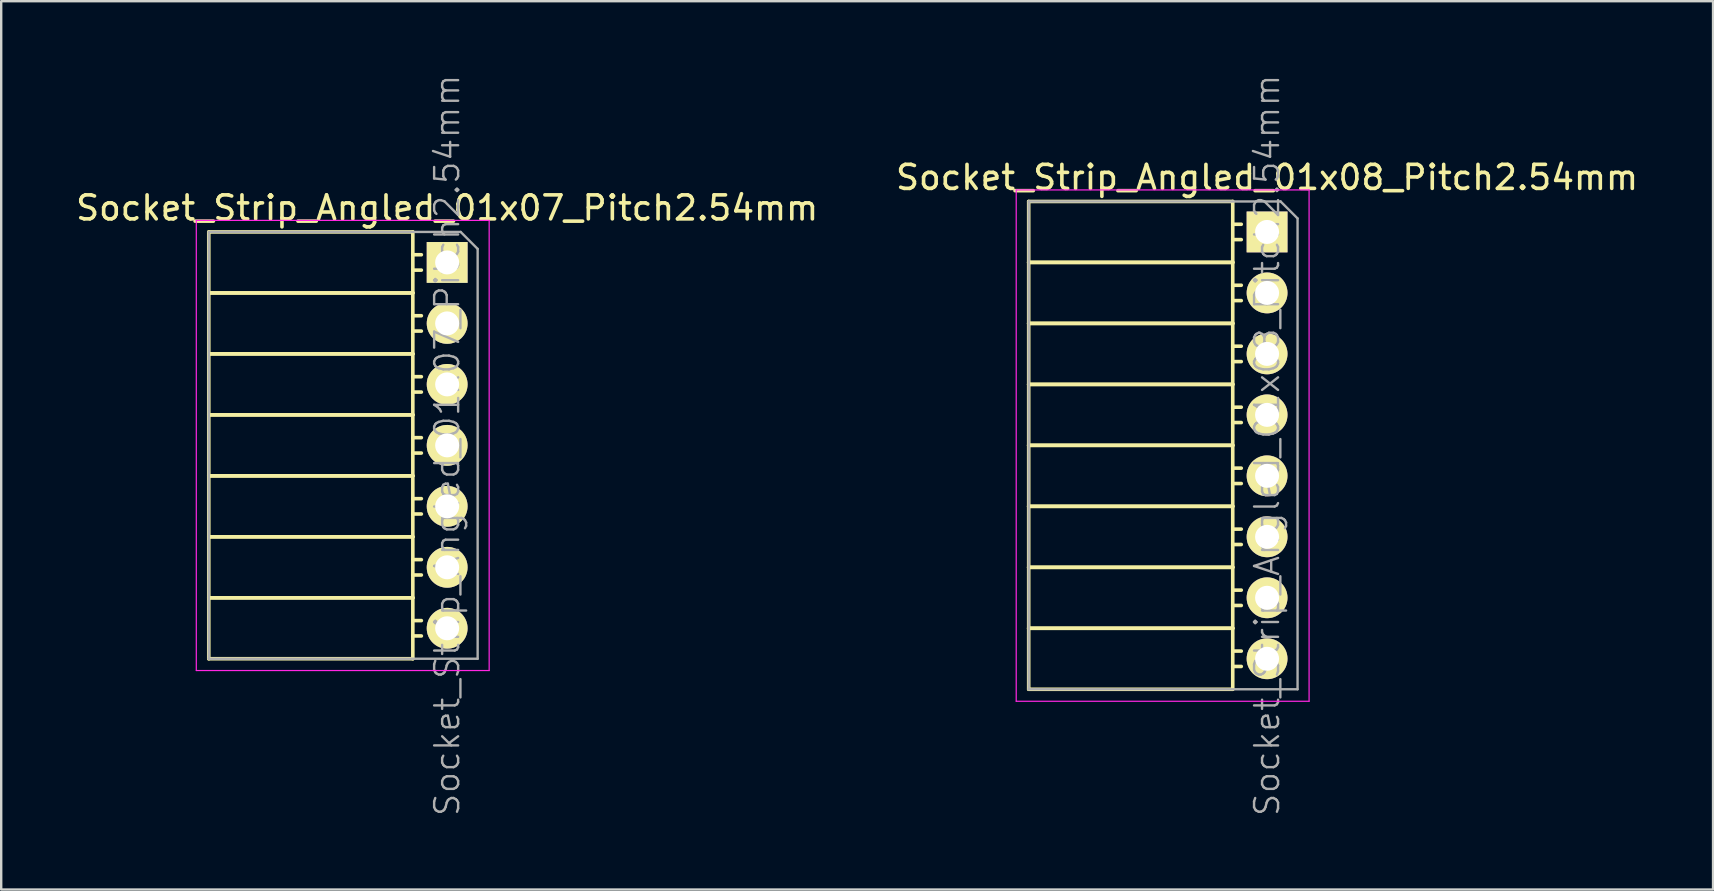
<source format=kicad_pcb>
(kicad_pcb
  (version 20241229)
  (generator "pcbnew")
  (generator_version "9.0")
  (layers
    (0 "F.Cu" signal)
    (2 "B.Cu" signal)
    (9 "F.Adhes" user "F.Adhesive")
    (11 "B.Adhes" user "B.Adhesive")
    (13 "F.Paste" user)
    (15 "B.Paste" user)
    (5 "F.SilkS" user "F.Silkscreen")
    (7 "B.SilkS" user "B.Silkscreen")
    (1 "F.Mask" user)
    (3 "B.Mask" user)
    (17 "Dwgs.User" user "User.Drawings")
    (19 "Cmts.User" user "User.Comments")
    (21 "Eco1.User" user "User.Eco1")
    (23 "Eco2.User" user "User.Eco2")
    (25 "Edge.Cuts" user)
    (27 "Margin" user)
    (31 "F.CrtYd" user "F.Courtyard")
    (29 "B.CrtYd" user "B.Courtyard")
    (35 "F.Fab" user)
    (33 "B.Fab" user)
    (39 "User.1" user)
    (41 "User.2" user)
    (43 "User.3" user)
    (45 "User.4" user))
  (footprint "Socket_Strip_Angled_01x07_Pitch2.54mm"
    (layer "F.Cu")
    (at 15.577 7.882)
    (property "Reference" "Socket_Strip_Angled_01x07_Pitch2.54mm" (at 0 -2.27 0) (layer "F.SilkS") (effects (font (size 1 1) (thickness 0.15))))
    (attr smd)
    (fp_line (start -9.93 -1.27) (end -9.93 1.27) (stroke (width 0.15) (type solid)) (layer "F.SilkS"))
    (fp_line (start -9.93 -1.27) (end -1.43 -1.27) (stroke (width 0.15) (type solid)) (layer "F.SilkS"))
    (fp_line (start -9.93 1.27) (end -9.93 3.81) (stroke (width 0.15) (type solid)) (layer "F.SilkS"))
    (fp_line (start -9.93 1.27) (end -1.43 1.27) (stroke (width 0.15) (type solid)) (layer "F.SilkS"))
    (fp_line (start -9.93 1.27) (end -1.43 1.27) (stroke (width 0.15) (type solid)) (layer "F.SilkS"))
    (fp_line (start -9.93 3.81) (end -9.93 6.35) (stroke (width 0.15) (type solid)) (layer "F.SilkS"))
    (fp_line (start -9.93 3.81) (end -1.43 3.81) (stroke (width 0.15) (type solid)) (layer "F.SilkS"))
    (fp_line (start -9.93 3.81) (end -1.43 3.81) (stroke (width 0.15) (type solid)) (layer "F.SilkS"))
    (fp_line (start -9.93 6.35) (end -9.93 8.89) (stroke (width 0.15) (type solid)) (layer "F.SilkS"))
    (fp_line (start -9.93 6.35) (end -1.43 6.35) (stroke (width 0.15) (type solid)) (layer "F.SilkS"))
    (fp_line (start -9.93 6.35) (end -1.43 6.35) (stroke (width 0.15) (type solid)) (layer "F.SilkS"))
    (fp_line (start -9.93 8.89) (end -9.93 11.43) (stroke (width 0.15) (type solid)) (layer "F.SilkS"))
    (fp_line (start -9.93 8.89) (end -1.43 8.89) (stroke (width 0.15) (type solid)) (layer "F.SilkS"))
    (fp_line (start -9.93 8.89) (end -1.43 8.89) (stroke (width 0.15) (type solid)) (layer "F.SilkS"))
    (fp_line (start -9.93 11.43) (end -9.93 13.97) (stroke (width 0.15) (type solid)) (layer "F.SilkS"))
    (fp_line (start -9.93 11.43) (end -1.43 11.43) (stroke (width 0.15) (type solid)) (layer "F.SilkS"))
    (fp_line (start -9.93 11.43) (end -1.43 11.43) (stroke (width 0.15) (type solid)) (layer "F.SilkS"))
    (fp_line (start -9.93 13.97) (end -9.93 16.51) (stroke (width 0.15) (type solid)) (layer "F.SilkS"))
    (fp_line (start -9.93 13.97) (end -1.43 13.97) (stroke (width 0.15) (type solid)) (layer "F.SilkS"))
    (fp_line (start -9.93 13.97) (end -1.43 13.97) (stroke (width 0.15) (type solid)) (layer "F.SilkS"))
    (fp_line (start -9.93 16.51) (end -1.43 16.51) (stroke (width 0.15) (type solid)) (layer "F.SilkS"))
    (fp_line (start -1.43 -1.27) (end -1.43 1.27) (stroke (width 0.15) (type solid)) (layer "F.SilkS"))
    (fp_line (start -1.43 -0.32) (end -1.075 -0.32) (stroke (width 0.15) (type solid)) (layer "F.SilkS"))
    (fp_line (start -1.43 0.32) (end -1.075 0.32) (stroke (width 0.15) (type solid)) (layer "F.SilkS"))
    (fp_line (start -1.43 1.27) (end -1.43 3.81) (stroke (width 0.15) (type solid)) (layer "F.SilkS"))
    (fp_line (start -1.43 2.22) (end -1.075 2.22) (stroke (width 0.15) (type solid)) (layer "F.SilkS"))
    (fp_line (start -1.43 2.86) (end -1.075 2.86) (stroke (width 0.15) (type solid)) (layer "F.SilkS"))
    (fp_line (start -1.43 3.81) (end -1.43 6.35) (stroke (width 0.15) (type solid)) (layer "F.SilkS"))
    (fp_line (start -1.43 4.76) (end -1.075 4.76) (stroke (width 0.15) (type solid)) (layer "F.SilkS"))
    (fp_line (start -1.43 5.4) (end -1.075 5.4) (stroke (width 0.15) (type solid)) (layer "F.SilkS"))
    (fp_line (start -1.43 6.35) (end -1.43 8.89) (stroke (width 0.15) (type solid)) (layer "F.SilkS"))
    (fp_line (start -1.43 7.3) (end -1.075 7.3) (stroke (width 0.15) (type solid)) (layer "F.SilkS"))
    (fp_line (start -1.43 7.94) (end -1.075 7.94) (stroke (width 0.15) (type solid)) (layer "F.SilkS"))
    (fp_line (start -1.43 8.89) (end -1.43 11.43) (stroke (width 0.15) (type solid)) (layer "F.SilkS"))
    (fp_line (start -1.43 9.84) (end -1.075 9.84) (stroke (width 0.15) (type solid)) (layer "F.SilkS"))
    (fp_line (start -1.43 10.48) (end -1.075 10.48) (stroke (width 0.15) (type solid)) (layer "F.SilkS"))
    (fp_line (start -1.43 11.43) (end -1.43 13.97) (stroke (width 0.15) (type solid)) (layer "F.SilkS"))
    (fp_line (start -1.43 12.38) (end -1.075 12.38) (stroke (width 0.15) (type solid)) (layer "F.SilkS"))
    (fp_line (start -1.43 13.02) (end -1.075 13.02) (stroke (width 0.15) (type solid)) (layer "F.SilkS"))
    (fp_line (start -1.43 13.97) (end -1.43 16.51) (stroke (width 0.15) (type solid)) (layer "F.SilkS"))
    (fp_line (start -1.43 14.92) (end -1.075 14.92) (stroke (width 0.15) (type solid)) (layer "F.SilkS"))
    (fp_line (start -1.43 15.56) (end -1.075 15.56) (stroke (width 0.15) (type solid)) (layer "F.SilkS"))
    (fp_line (start -10.45 -1.75) (end 1.75 -1.75) (stroke (width 0.05) (type solid)) (layer "F.CrtYd"))
    (fp_line (start -10.45 17) (end -10.45 -1.75) (stroke (width 0.05) (type solid)) (layer "F.CrtYd"))
    (fp_line (start -10.45 17) (end 1.75 17) (stroke (width 0.05) (type solid)) (layer "F.CrtYd"))
    (fp_line (start 1.75 17) (end 1.75 -1.75) (stroke (width 0.05) (type solid)) (layer "F.CrtYd"))
    (fp_line (start -9.93 -1.27) (end 0.563 -1.27) (stroke (width 0.1) (type solid)) (layer "F.Fab"))
    (fp_line (start -9.93 16.51) (end -9.93 -1.27) (stroke (width 0.1) (type solid)) (layer "F.Fab"))
    (fp_line (start -9.93 16.51) (end 1.27 16.51) (stroke (width 0.1) (type solid)) (layer "F.Fab"))
    (fp_line (start 1.27 -0.563) (end 0.563 -1.27) (stroke (width 0.1) (type solid)) (layer "F.Fab"))
    (fp_line (start 1.27 16.51) (end 1.27 -0.563) (stroke (width 0.1) (type solid)) (layer "F.Fab"))
    (fp_text user "${REFERENCE}" (at 0 7.62 90) (layer "F.Fab") (effects (font (size 1 1) (thickness 0.1))))
    (pad "1" thru_hole rect (at 0 0) (size 1.7 1.7) (drill 1) (layers "*.Cu" "*.Mask" "F.SilkS"))
    (pad "2" thru_hole oval (at 0 2.54) (size 1.7 1.7) (drill 1) (layers "*.Cu" "*.Mask" "F.SilkS"))
    (pad "3" thru_hole oval (at 0 5.08) (size 1.7 1.7) (drill 1) (layers "*.Cu" "*.Mask" "F.SilkS"))
    (pad "4" thru_hole oval (at 0 7.62) (size 1.7 1.7) (drill 1) (layers "*.Cu" "*.Mask" "F.SilkS"))
    (pad "5" thru_hole oval (at 0 10.16) (size 1.7 1.7) (drill 1) (layers "*.Cu" "*.Mask" "F.SilkS"))
    (pad "6" thru_hole oval (at 0 12.7) (size 1.7 1.7) (drill 1) (layers "*.Cu" "*.Mask" "F.SilkS"))
    (pad "7" thru_hole oval (at 0 15.24) (size 1.7 1.7) (drill 1) (layers "*.Cu" "*.Mask" "F.SilkS")))
  (footprint "Socket_Strip_Angled_01x08_Pitch2.54mm"
    (layer "F.Cu")
    (at 49.732 6.612)
    (property "Reference" "Socket_Strip_Angled_01x08_Pitch2.54mm" (at 0 -2.27 0) (layer "F.SilkS") (effects (font (size 1 1) (thickness 0.15))))
    (attr smd)
    (fp_line (start -9.93 -1.27) (end -9.93 1.27) (stroke (width 0.15) (type solid)) (layer "F.SilkS"))
    (fp_line (start -9.93 -1.27) (end -1.43 -1.27) (stroke (width 0.15) (type solid)) (layer "F.SilkS"))
    (fp_line (start -9.93 1.27) (end -9.93 3.81) (stroke (width 0.15) (type solid)) (layer "F.SilkS"))
    (fp_line (start -9.93 1.27) (end -1.43 1.27) (stroke (width 0.15) (type solid)) (layer "F.SilkS"))
    (fp_line (start -9.93 1.27) (end -1.43 1.27) (stroke (width 0.15) (type solid)) (layer "F.SilkS"))
    (fp_line (start -9.93 3.81) (end -9.93 6.35) (stroke (width 0.15) (type solid)) (layer "F.SilkS"))
    (fp_line (start -9.93 3.81) (end -1.43 3.81) (stroke (width 0.15) (type solid)) (layer "F.SilkS"))
    (fp_line (start -9.93 3.81) (end -1.43 3.81) (stroke (width 0.15) (type solid)) (layer "F.SilkS"))
    (fp_line (start -9.93 6.35) (end -9.93 8.89) (stroke (width 0.15) (type solid)) (layer "F.SilkS"))
    (fp_line (start -9.93 6.35) (end -1.43 6.35) (stroke (width 0.15) (type solid)) (layer "F.SilkS"))
    (fp_line (start -9.93 6.35) (end -1.43 6.35) (stroke (width 0.15) (type solid)) (layer "F.SilkS"))
    (fp_line (start -9.93 8.89) (end -9.93 11.43) (stroke (width 0.15) (type solid)) (layer "F.SilkS"))
    (fp_line (start -9.93 8.89) (end -1.43 8.89) (stroke (width 0.15) (type solid)) (layer "F.SilkS"))
    (fp_line (start -9.93 8.89) (end -1.43 8.89) (stroke (width 0.15) (type solid)) (layer "F.SilkS"))
    (fp_line (start -9.93 11.43) (end -9.93 13.97) (stroke (width 0.15) (type solid)) (layer "F.SilkS"))
    (fp_line (start -9.93 11.43) (end -1.43 11.43) (stroke (width 0.15) (type solid)) (layer "F.SilkS"))
    (fp_line (start -9.93 11.43) (end -1.43 11.43) (stroke (width 0.15) (type solid)) (layer "F.SilkS"))
    (fp_line (start -9.93 13.97) (end -9.93 16.51) (stroke (width 0.15) (type solid)) (layer "F.SilkS"))
    (fp_line (start -9.93 13.97) (end -1.43 13.97) (stroke (width 0.15) (type solid)) (layer "F.SilkS"))
    (fp_line (start -9.93 13.97) (end -1.43 13.97) (stroke (width 0.15) (type solid)) (layer "F.SilkS"))
    (fp_line (start -9.93 16.51) (end -9.93 19.05) (stroke (width 0.15) (type solid)) (layer "F.SilkS"))
    (fp_line (start -9.93 16.51) (end -1.43 16.51) (stroke (width 0.15) (type solid)) (layer "F.SilkS"))
    (fp_line (start -9.93 16.51) (end -1.43 16.51) (stroke (width 0.15) (type solid)) (layer "F.SilkS"))
    (fp_line (start -9.93 19.05) (end -1.43 19.05) (stroke (width 0.15) (type solid)) (layer "F.SilkS"))
    (fp_line (start -1.43 -1.27) (end -1.43 1.27) (stroke (width 0.15) (type solid)) (layer "F.SilkS"))
    (fp_line (start -1.43 -0.32) (end -1.075 -0.32) (stroke (width 0.15) (type solid)) (layer "F.SilkS"))
    (fp_line (start -1.43 0.32) (end -1.075 0.32) (stroke (width 0.15) (type solid)) (layer "F.SilkS"))
    (fp_line (start -1.43 1.27) (end -1.43 3.81) (stroke (width 0.15) (type solid)) (layer "F.SilkS"))
    (fp_line (start -1.43 2.22) (end -1.075 2.22) (stroke (width 0.15) (type solid)) (layer "F.SilkS"))
    (fp_line (start -1.43 2.86) (end -1.075 2.86) (stroke (width 0.15) (type solid)) (layer "F.SilkS"))
    (fp_line (start -1.43 3.81) (end -1.43 6.35) (stroke (width 0.15) (type solid)) (layer "F.SilkS"))
    (fp_line (start -1.43 4.76) (end -1.075 4.76) (stroke (width 0.15) (type solid)) (layer "F.SilkS"))
    (fp_line (start -1.43 5.4) (end -1.075 5.4) (stroke (width 0.15) (type solid)) (layer "F.SilkS"))
    (fp_line (start -1.43 6.35) (end -1.43 8.89) (stroke (width 0.15) (type solid)) (layer "F.SilkS"))
    (fp_line (start -1.43 7.3) (end -1.075 7.3) (stroke (width 0.15) (type solid)) (layer "F.SilkS"))
    (fp_line (start -1.43 7.94) (end -1.075 7.94) (stroke (width 0.15) (type solid)) (layer "F.SilkS"))
    (fp_line (start -1.43 8.89) (end -1.43 11.43) (stroke (width 0.15) (type solid)) (layer "F.SilkS"))
    (fp_line (start -1.43 9.84) (end -1.075 9.84) (stroke (width 0.15) (type solid)) (layer "F.SilkS"))
    (fp_line (start -1.43 10.48) (end -1.075 10.48) (stroke (width 0.15) (type solid)) (layer "F.SilkS"))
    (fp_line (start -1.43 11.43) (end -1.43 13.97) (stroke (width 0.15) (type solid)) (layer "F.SilkS"))
    (fp_line (start -1.43 12.38) (end -1.075 12.38) (stroke (width 0.15) (type solid)) (layer "F.SilkS"))
    (fp_line (start -1.43 13.02) (end -1.075 13.02) (stroke (width 0.15) (type solid)) (layer "F.SilkS"))
    (fp_line (start -1.43 13.97) (end -1.43 16.51) (stroke (width 0.15) (type solid)) (layer "F.SilkS"))
    (fp_line (start -1.43 14.92) (end -1.075 14.92) (stroke (width 0.15) (type solid)) (layer "F.SilkS"))
    (fp_line (start -1.43 15.56) (end -1.075 15.56) (stroke (width 0.15) (type solid)) (layer "F.SilkS"))
    (fp_line (start -1.43 16.51) (end -1.43 19.05) (stroke (width 0.15) (type solid)) (layer "F.SilkS"))
    (fp_line (start -1.43 17.46) (end -1.075 17.46) (stroke (width 0.15) (type solid)) (layer "F.SilkS"))
    (fp_line (start -1.43 18.1) (end -1.075 18.1) (stroke (width 0.15) (type solid)) (layer "F.SilkS"))
    (fp_line (start -10.45 -1.75) (end 1.75 -1.75) (stroke (width 0.05) (type solid)) (layer "F.CrtYd"))
    (fp_line (start -10.45 19.55) (end -10.45 -1.75) (stroke (width 0.05) (type solid)) (layer "F.CrtYd"))
    (fp_line (start -10.45 19.55) (end 1.75 19.55) (stroke (width 0.05) (type solid)) (layer "F.CrtYd"))
    (fp_line (start 1.75 19.55) (end 1.75 -1.75) (stroke (width 0.05) (type solid)) (layer "F.CrtYd"))
    (fp_line (start -9.93 -1.27) (end 0.563 -1.27) (stroke (width 0.1) (type solid)) (layer "F.Fab"))
    (fp_line (start -9.93 19.05) (end -9.93 -1.27) (stroke (width 0.1) (type solid)) (layer "F.Fab"))
    (fp_line (start -9.93 19.05) (end 1.27 19.05) (stroke (width 0.1) (type solid)) (layer "F.Fab"))
    (fp_line (start 1.27 -0.563) (end 0.563 -1.27) (stroke (width 0.1) (type solid)) (layer "F.Fab"))
    (fp_line (start 1.27 19.05) (end 1.27 -0.563) (stroke (width 0.1) (type solid)) (layer "F.Fab"))
    (fp_text user "${REFERENCE}" (at 0 8.89 90) (layer "F.Fab") (effects (font (size 1 1) (thickness 0.1))))
    (pad "1" thru_hole rect (at 0 0) (size 1.7 1.7) (drill 1) (layers "*.Cu" "*.Mask" "F.SilkS"))
    (pad "2" thru_hole oval (at 0 2.54) (size 1.7 1.7) (drill 1) (layers "*.Cu" "*.Mask" "F.SilkS"))
    (pad "3" thru_hole oval (at 0 5.08) (size 1.7 1.7) (drill 1) (layers "*.Cu" "*.Mask" "F.SilkS"))
    (pad "4" thru_hole oval (at 0 7.62) (size 1.7 1.7) (drill 1) (layers "*.Cu" "*.Mask" "F.SilkS"))
    (pad "5" thru_hole oval (at 0 10.16) (size 1.7 1.7) (drill 1) (layers "*.Cu" "*.Mask" "F.SilkS"))
    (pad "6" thru_hole oval (at 0 12.7) (size 1.7 1.7) (drill 1) (layers "*.Cu" "*.Mask" "F.SilkS"))
    (pad "7" thru_hole oval (at 0 15.24) (size 1.7 1.7) (drill 1) (layers "*.Cu" "*.Mask" "F.SilkS"))
    (pad "8" thru_hole oval (at 0 17.78) (size 1.7 1.7) (drill 1) (layers "*.Cu" "*.Mask" "F.SilkS")))
  (gr_rect
    (start -3 -3)
    (end 68.31 34.005)
    (stroke (width 0.1) (type default))
    (fill no)
    (layer "Edge.Cuts")))
</source>
